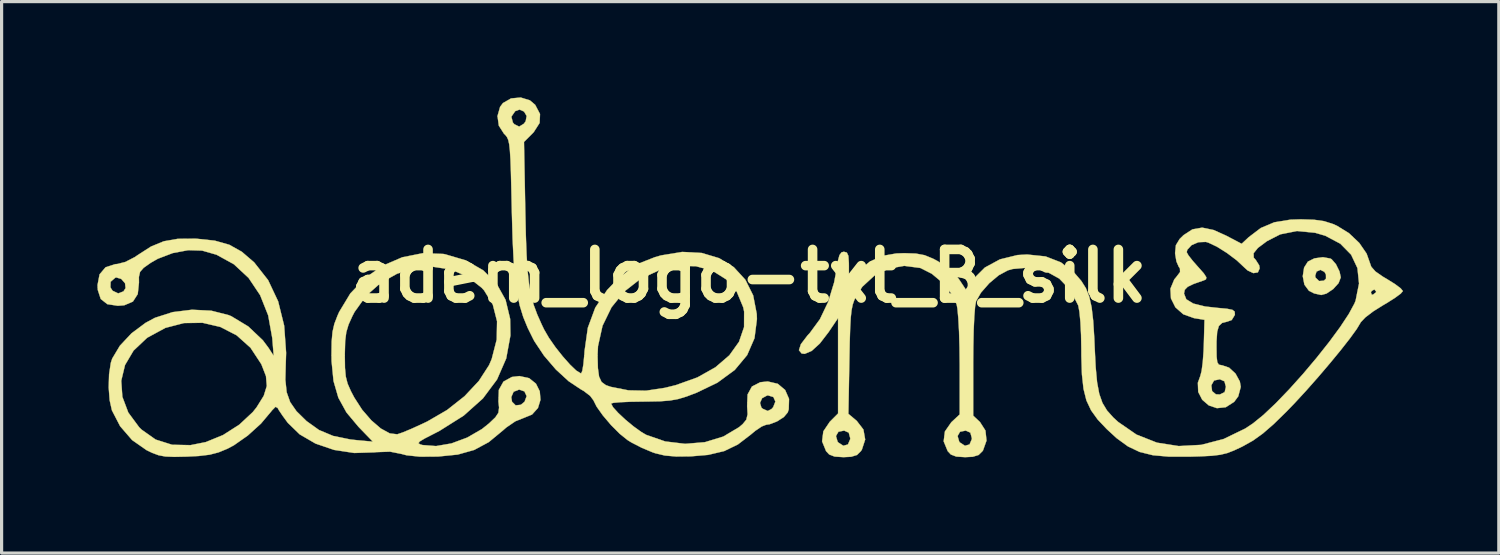
<source format=kicad_pcb>
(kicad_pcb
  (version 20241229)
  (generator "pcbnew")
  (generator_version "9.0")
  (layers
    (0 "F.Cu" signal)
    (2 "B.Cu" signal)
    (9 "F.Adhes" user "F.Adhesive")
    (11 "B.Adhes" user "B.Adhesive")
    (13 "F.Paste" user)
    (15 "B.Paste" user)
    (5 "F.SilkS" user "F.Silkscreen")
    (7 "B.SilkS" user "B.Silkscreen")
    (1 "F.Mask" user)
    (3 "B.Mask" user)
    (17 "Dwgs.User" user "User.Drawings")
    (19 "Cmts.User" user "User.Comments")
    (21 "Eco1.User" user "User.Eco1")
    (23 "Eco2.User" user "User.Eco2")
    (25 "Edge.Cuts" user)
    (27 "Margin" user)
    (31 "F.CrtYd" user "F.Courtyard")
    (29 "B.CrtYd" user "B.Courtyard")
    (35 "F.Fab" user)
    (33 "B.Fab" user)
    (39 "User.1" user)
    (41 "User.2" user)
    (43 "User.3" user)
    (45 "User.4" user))
  (footprint "adem_logo-txt_B_silk"
    (layer "F.Cu")
    (at 20.41 5.598)
    (property "Reference" "adem_logo-txt_B_silk" (at 0 0 0) (layer "F.SilkS") (effects (font (size 1.524 1.524) (thickness 0.3))))
    (attr through_hole)
    (fp_poly (pts (xy 18.215 -0.549) (xy 18.254 -0.528) (xy 18.39 -0.372) (xy 18.502 -0.144) (xy 18.542 0.041) (xy 18.473 0.221) (xy 18.303 0.408) (xy 18.093 0.549) (xy 17.93 0.593) (xy 17.708 0.544) (xy 17.545 0.461) (xy 17.403 0.27) (xy 17.351 0.004) (xy 17.353 -0.006) (xy 17.739 -0.006) (xy 17.752 0.049) (xy 17.863 0.156) (xy 18.012 0.145) (xy 18.079 0.081) (xy 18.077 -0.049) (xy 18.03 -0.132) (xy 17.9 -0.195) (xy 17.782 -0.14) (xy 17.739 -0.006) (xy 17.353 -0.006) (xy 17.393 -0.265) (xy 17.512 -0.453) (xy 17.718 -0.555) (xy 17.983 -0.591) (xy 18.215 -0.549)) (stroke (width 0.01) (type solid)) (fill yes) (layer "F.SilkS"))
    (fp_poly (pts (xy -6.861 -5.505) (xy -6.695 -5.365) (xy -6.543 -5.076) (xy -6.556 -4.796) (xy -6.737 -4.513) (xy -6.782 -4.465) (xy -7.045 -4.202) (xy -7.004 -2.038) (xy -6.987 -1.278) (xy -6.964 -0.661) (xy -6.932 -0.16) (xy -6.887 0.25) (xy -6.825 0.597) (xy -6.74 0.908) (xy -6.629 1.207) (xy -6.488 1.523) (xy -6.416 1.673) (xy -6.265 1.934) (xy -6.06 2.228) (xy -5.829 2.519) (xy -5.602 2.775) (xy -5.406 2.962) (xy -5.269 3.046) (xy -5.255 3.048) (xy -5.219 2.97) (xy -5.184 2.762) (xy -5.157 2.48) (xy -4.74 2.48) (xy -4.73 2.883) (xy -4.693 3.151) (xy -4.615 3.318) (xy -4.481 3.417) (xy -4.329 3.47) (xy -3.772 3.58) (xy -3.225 3.591) (xy -2.633 3.502) (xy -2.286 3.416) (xy -1.611 3.174) (xy -1.05 2.859) (xy -0.612 2.483) (xy -0.309 2.059) (xy -0.151 1.598) (xy -0.149 1.113) (xy -0.177 0.979) (xy -0.38 0.491) (xy -0.708 0.106) (xy -1.14 -0.165) (xy -1.657 -0.308) (xy -2.141 -0.319) (xy -2.8 -0.187) (xy -3.392 0.086) (xy -3.899 0.481) (xy -4.303 0.978) (xy -4.585 1.557) (xy -4.727 2.198) (xy -4.74 2.48) (xy -5.157 2.48) (xy -5.155 2.464) (xy -5.148 2.349) (xy -5.045 1.62) (xy -4.812 0.99) (xy -4.443 0.44) (xy -4.197 0.182) (xy -3.782 -0.172) (xy -3.386 -0.418) (xy -2.941 -0.593) (xy -2.752 -0.647) (xy -2.088 -0.756) (xy -1.475 -0.723) (xy -0.931 -0.56) (xy -0.471 -0.277) (xy -0.111 0.115) (xy 0.134 0.606) (xy 0.246 1.185) (xy 0.252 1.349) (xy 0.176 1.946) (xy -0.055 2.477) (xy -0.443 2.942) (xy -0.986 3.34) (xy -1.634 3.652) (xy -1.952 3.773) (xy -2.214 3.852) (xy -2.472 3.899) (xy -2.779 3.923) (xy -3.188 3.931) (xy -3.323 3.932) (xy -3.711 3.938) (xy -4.028 3.952) (xy -4.241 3.971) (xy -4.318 3.993) (xy -4.255 4.109) (xy -4.092 4.289) (xy -3.865 4.501) (xy -3.611 4.711) (xy -3.368 4.886) (xy -3.216 4.975) (xy -2.621 5.181) (xy -1.996 5.256) (xy -1.378 5.204) (xy -0.802 5.028) (xy -0.306 4.733) (xy -0.196 4.639) (xy -0.081 4.5) (xy -0.04 4.329) (xy -0.055 4.075) (xy -0.051 3.974) (xy 0.348 3.974) (xy 0.393 4.122) (xy 0.436 4.158) (xy 0.592 4.226) (xy 0.712 4.163) (xy 0.761 4.107) (xy 0.83 3.931) (xy 0.767 3.789) (xy 0.599 3.738) (xy 0.573 3.741) (xy 0.415 3.824) (xy 0.348 3.974) (xy -0.051 3.974) (xy -0.041 3.71) (xy 0.096 3.46) (xy 0.357 3.326) (xy 0.59 3.302) (xy 0.905 3.375) (xy 1.136 3.569) (xy 1.258 3.848) (xy 1.248 4.174) (xy 1.217 4.272) (xy 1.096 4.416) (xy 0.882 4.553) (xy 0.648 4.643) (xy 0.544 4.657) (xy 0.404 4.711) (xy 0.199 4.849) (xy 0.063 4.963) (xy -0.344 5.275) (xy -0.775 5.483) (xy -1.278 5.602) (xy -1.82 5.648) (xy -2.28 5.653) (xy -2.632 5.622) (xy -2.937 5.549) (xy -3.021 5.52) (xy -3.353 5.381) (xy -3.683 5.211) (xy -3.802 5.137) (xy -4.048 4.939) (xy -4.318 4.668) (xy -4.572 4.369) (xy -4.771 4.089) (xy -4.869 3.893) (xy -4.974 3.752) (xy -5.175 3.599) (xy -5.27 3.545) (xy -5.649 3.292) (xy -6.046 2.927) (xy -6.416 2.496) (xy -6.717 2.045) (xy -6.755 1.974) (xy -6.929 1.623) (xy -7.069 1.281) (xy -7.179 0.924) (xy -7.263 0.526) (xy -7.325 0.062) (xy -7.37 -0.492) (xy -7.402 -1.163) (xy -7.425 -1.976) (xy -7.427 -2.074) (xy -7.442 -2.741) (xy -7.455 -3.26) (xy -7.469 -3.65) (xy -7.487 -3.934) (xy -7.509 -4.132) (xy -7.539 -4.265) (xy -7.578 -4.353) (xy -7.629 -4.418) (xy -7.674 -4.462) (xy -7.834 -4.713) (xy -7.872 -4.992) (xy -7.441 -4.992) (xy -7.394 -4.811) (xy -7.348 -4.757) (xy -7.196 -4.682) (xy -7.048 -4.773) (xy -6.992 -4.851) (xy -6.962 -5.015) (xy -7.042 -5.152) (xy -7.183 -5.215) (xy -7.319 -5.168) (xy -7.441 -4.992) (xy -7.872 -4.992) (xy -7.875 -5.014) (xy -7.794 -5.3) (xy -7.705 -5.419) (xy -7.451 -5.565) (xy -7.148 -5.593) (xy -6.861 -5.505)) (stroke (width 0.01) (type solid)) (fill yes) (layer "F.SilkS"))
    (fp_poly (pts (xy -17.296 -1.169) (xy -16.731 -1.109) (xy -16.278 -0.981) (xy -15.886 -0.762) (xy -15.504 -0.434) (xy -15.493 -0.423) (xy -15.06 0.129) (xy -14.747 0.792) (xy -14.558 1.555) (xy -14.497 2.405) (xy -14.508 2.74) (xy -14.521 3.249) (xy -14.48 3.639) (xy -14.369 3.951) (xy -14.173 4.233) (xy -13.874 4.527) (xy -13.852 4.547) (xy -13.466 4.823) (xy -13.025 5.008) (xy -12.483 5.119) (xy -12.261 5.143) (xy -11.78 5.187) (xy -12.229 4.723) (xy -12.606 4.273) (xy -12.861 3.809) (xy -13.012 3.288) (xy -13.073 2.667) (xy -13.075 2.498) (xy -12.658 2.498) (xy -12.653 2.877) (xy -12.628 3.148) (xy -12.571 3.37) (xy -12.468 3.604) (xy -12.364 3.802) (xy -12.116 4.187) (xy -11.828 4.52) (xy -11.53 4.776) (xy -11.249 4.929) (xy -11.016 4.957) (xy -11.013 4.956) (xy -10.842 4.898) (xy -10.566 4.783) (xy -10.235 4.632) (xy -10.075 4.556) (xy -9.455 4.196) (xy -8.907 3.764) (xy -8.46 3.287) (xy -8.14 2.792) (xy -8.057 2.6) (xy -7.9 1.991) (xy -7.889 1.416) (xy -8.022 0.895) (xy -8.295 0.449) (xy -8.369 0.368) (xy -8.825 0.01) (xy -9.343 -0.207) (xy -9.898 -0.291) (xy -10.465 -0.244) (xy -11.019 -0.074) (xy -11.534 0.214) (xy -11.988 0.616) (xy -12.353 1.124) (xy -12.422 1.256) (xy -12.541 1.52) (xy -12.612 1.759) (xy -12.647 2.033) (xy -12.657 2.403) (xy -12.658 2.498) (xy -13.075 2.498) (xy -13.076 2.455) (xy -13.07 2.047) (xy -13.043 1.748) (xy -12.986 1.498) (xy -12.886 1.238) (xy -12.835 1.124) (xy -12.486 0.546) (xy -12.021 0.058) (xy -11.47 -0.325) (xy -10.859 -0.588) (xy -10.217 -0.716) (xy -9.572 -0.693) (xy -9.518 -0.683) (xy -8.863 -0.49) (xy -8.323 -0.18) (xy -7.907 0.235) (xy -7.622 0.746) (xy -7.479 1.342) (xy -7.47 1.861) (xy -7.602 2.581) (xy -7.889 3.239) (xy -8.333 3.835) (xy -8.934 4.372) (xy -9.693 4.85) (xy -9.863 4.938) (xy -10.154 5.087) (xy -10.311 5.181) (xy -10.352 5.237) (xy -10.296 5.273) (xy -10.222 5.294) (xy -9.8 5.326) (xy -9.317 5.243) (xy -8.822 5.059) (xy -8.361 4.792) (xy -8.141 4.616) (xy -7.943 4.427) (xy -7.847 4.283) (xy -7.826 4.121) (xy -7.846 3.927) (xy -7.841 3.793) (xy -7.444 3.793) (xy -7.42 3.937) (xy -7.307 4.05) (xy -7.145 4.033) (xy -7.028 3.938) (xy -6.962 3.761) (xy -7.031 3.613) (xy -7.197 3.556) (xy -7.371 3.624) (xy -7.444 3.793) (xy -7.841 3.793) (xy -7.833 3.566) (xy -7.689 3.307) (xy -7.424 3.161) (xy -7.188 3.133) (xy -6.884 3.199) (xy -6.67 3.371) (xy -6.551 3.61) (xy -6.529 3.877) (xy -6.608 4.133) (xy -6.793 4.338) (xy -7.067 4.45) (xy -7.317 4.55) (xy -7.599 4.743) (xy -7.704 4.835) (xy -8.149 5.202) (xy -8.605 5.447) (xy -9.121 5.592) (xy -9.737 5.654) (xy -10.307 5.658) (xy -10.724 5.614) (xy -10.88 5.573) (xy -11.24 5.501) (xy -11.678 5.516) (xy -11.722 5.522) (xy -12.364 5.542) (xy -12.994 5.446) (xy -13.575 5.248) (xy -14.072 4.959) (xy -14.445 4.597) (xy -14.608 4.374) (xy -14.728 4.195) (xy -14.762 4.132) (xy -14.829 4.096) (xy -14.941 4.21) (xy -14.958 4.233) (xy -15.285 4.622) (xy -15.698 4.996) (xy -16.133 5.301) (xy -16.332 5.407) (xy -16.613 5.523) (xy -16.894 5.596) (xy -17.235 5.637) (xy -17.611 5.656) (xy -18.002 5.664) (xy -18.279 5.653) (xy -18.493 5.613) (xy -18.698 5.536) (xy -18.87 5.453) (xy -19.321 5.138) (xy -19.697 4.703) (xy -19.954 4.207) (xy -20.025 3.889) (xy -20.055 3.489) (xy -20.049 3.278) (xy -19.662 3.278) (xy -19.627 3.782) (xy -19.441 4.276) (xy -19.1 4.737) (xy -19.026 4.81) (xy -18.584 5.122) (xy -18.069 5.285) (xy -17.493 5.297) (xy -17.012 5.201) (xy -16.472 4.98) (xy -15.962 4.654) (xy -15.541 4.261) (xy -15.422 4.112) (xy -15.198 3.752) (xy -15.102 3.444) (xy -15.128 3.134) (xy -15.27 2.769) (xy -15.277 2.755) (xy -15.613 2.245) (xy -16.048 1.856) (xy -16.557 1.594) (xy -17.115 1.464) (xy -17.697 1.472) (xy -18.279 1.623) (xy -18.834 1.924) (xy -18.861 1.943) (xy -19.277 2.336) (xy -19.544 2.788) (xy -19.662 3.278) (xy -20.049 3.278) (xy -20.043 3.076) (xy -19.989 2.721) (xy -19.945 2.585) (xy -19.704 2.182) (xy -19.34 1.794) (xy -18.899 1.465) (xy -18.605 1.307) (xy -18.053 1.13) (xy -17.446 1.055) (xy -16.843 1.085) (xy -16.302 1.222) (xy -16.214 1.258) (xy -15.682 1.579) (xy -15.225 2.012) (xy -15.052 2.244) (xy -14.886 2.498) (xy -14.931 1.942) (xy -15.059 1.231) (xy -15.311 0.598) (xy -15.673 0.058) (xy -16.132 -0.369) (xy -16.675 -0.668) (xy -17.129 -0.798) (xy -17.563 -0.811) (xy -18.049 -0.72) (xy -18.517 -0.542) (xy -18.739 -0.415) (xy -18.961 -0.258) (xy -19.073 -0.13) (xy -19.109 0.029) (xy -19.107 0.207) (xy -19.145 0.565) (xy -19.296 0.799) (xy -19.567 0.915) (xy -19.77 0.931) (xy -20.099 0.88) (xy -20.304 0.718) (xy -20.397 0.434) (xy -20.401 0.356) (xy -20.001 0.356) (xy -19.933 0.46) (xy -19.757 0.543) (xy -19.592 0.48) (xy -19.526 0.377) (xy -19.543 0.225) (xy -19.66 0.092) (xy -19.813 0.044) (xy -19.85 0.052) (xy -19.995 0.179) (xy -20.001 0.356) (xy -20.401 0.356) (xy -20.405 0.282) (xy -20.341 -0.053) (xy -20.154 -0.274) (xy -19.85 -0.373) (xy -19.79 -0.377) (xy -19.535 -0.441) (xy -19.238 -0.594) (xy -19.149 -0.655) (xy -18.729 -0.925) (xy -18.328 -1.09) (xy -17.887 -1.167) (xy -17.349 -1.171) (xy -17.296 -1.169)) (stroke (width 0.01) (type solid)) (fill yes) (layer "F.SilkS"))
    (fp_poly (pts (xy 17.706 -1.764) (xy 18.021 -1.719) (xy 18.299 -1.63) (xy 18.421 -1.576) (xy 18.798 -1.344) (xy 19.121 -1.038) (xy 19.351 -0.704) (xy 19.438 -0.459) (xy 19.497 -0.292) (xy 19.627 -0.144) (xy 19.863 0.02) (xy 19.987 0.093) (xy 20.239 0.25) (xy 20.419 0.385) (xy 20.488 0.47) (xy 20.488 0.47) (xy 20.42 0.55) (xy 20.237 0.685) (xy 19.974 0.851) (xy 19.869 0.912) (xy 19.559 1.106) (xy 19.312 1.294) (xy 19.169 1.445) (xy 19.157 1.467) (xy 19.04 1.661) (xy 18.829 1.952) (xy 18.544 2.316) (xy 18.206 2.727) (xy 17.838 3.159) (xy 17.459 3.588) (xy 17.091 3.987) (xy 16.85 4.237) (xy 16.442 4.636) (xy 16.102 4.931) (xy 15.793 5.153) (xy 15.479 5.329) (xy 15.454 5.342) (xy 15.197 5.463) (xy 14.982 5.546) (xy 14.766 5.598) (xy 14.502 5.63) (xy 14.148 5.648) (xy 13.802 5.658) (xy 13.167 5.658) (xy 12.659 5.613) (xy 12.241 5.51) (xy 11.875 5.336) (xy 11.521 5.079) (xy 11.209 4.792) (xy 10.926 4.493) (xy 10.719 4.205) (xy 10.574 3.897) (xy 10.483 3.534) (xy 10.433 3.081) (xy 10.415 2.505) (xy 10.414 2.283) (xy 10.406 1.845) (xy 10.386 1.443) (xy 10.355 1.121) (xy 10.318 0.924) (xy 10.318 0.923) (xy 10.076 0.446) (xy 9.723 0.079) (xy 9.285 -0.163) (xy 8.791 -0.268) (xy 8.266 -0.222) (xy 8.113 -0.179) (xy 7.829 -0.026) (xy 7.529 0.225) (xy 7.271 0.519) (xy 7.117 0.789) (xy 7.087 0.955) (xy 7.062 1.264) (xy 7.042 1.691) (xy 7.031 2.209) (xy 7.027 2.7) (xy 7.027 4.373) (xy 7.239 4.572) (xy 7.411 4.84) (xy 7.444 5.155) (xy 7.334 5.463) (xy 7.319 5.484) (xy 7.196 5.605) (xy 7.013 5.661) (xy 6.773 5.673) (xy 6.496 5.655) (xy 6.327 5.59) (xy 6.228 5.484) (xy 6.102 5.177) (xy 6.123 5.011) (xy 6.538 5.011) (xy 6.589 5.187) (xy 6.608 5.212) (xy 6.769 5.316) (xy 6.913 5.275) (xy 6.984 5.109) (xy 6.985 5.079) (xy 6.938 4.905) (xy 6.794 4.841) (xy 6.615 4.877) (xy 6.538 5.011) (xy 6.123 5.011) (xy 6.141 4.868) (xy 6.34 4.582) (xy 6.35 4.572) (xy 6.604 4.335) (xy 6.604 2.781) (xy 6.598 2.239) (xy 6.584 1.743) (xy 6.561 1.326) (xy 6.533 1.022) (xy 6.509 0.889) (xy 6.345 0.548) (xy 6.069 0.21) (xy 5.73 -0.072) (xy 5.379 -0.25) (xy 5.363 -0.255) (xy 4.868 -0.32) (xy 4.379 -0.233) (xy 3.929 -0.011) (xy 3.555 0.333) (xy 3.369 0.613) (xy 3.303 0.749) (xy 3.253 0.892) (xy 3.217 1.068) (xy 3.191 1.304) (xy 3.173 1.629) (xy 3.159 2.068) (xy 3.148 2.645) (xy 3.117 4.316) (xy 3.379 4.536) (xy 3.588 4.808) (xy 3.643 5.121) (xy 3.54 5.437) (xy 3.509 5.484) (xy 3.386 5.605) (xy 3.203 5.661) (xy 2.963 5.673) (xy 2.686 5.655) (xy 2.517 5.59) (xy 2.418 5.484) (xy 2.293 5.178) (xy 2.314 5.011) (xy 2.728 5.011) (xy 2.779 5.187) (xy 2.798 5.212) (xy 2.959 5.316) (xy 3.103 5.275) (xy 3.174 5.109) (xy 3.175 5.079) (xy 3.128 4.905) (xy 2.984 4.841) (xy 2.805 4.877) (xy 2.728 5.011) (xy 2.314 5.011) (xy 2.333 4.864) (xy 2.534 4.565) (xy 2.54 4.559) (xy 2.794 4.305) (xy 2.794 1.315) (xy 2.496 1.757) (xy 2.221 2.114) (xy 1.967 2.345) (xy 1.749 2.437) (xy 1.653 2.426) (xy 1.568 2.322) (xy 1.629 2.134) (xy 1.835 1.863) (xy 1.913 1.778) (xy 2.225 1.352) (xy 2.485 0.808) (xy 2.671 0.198) (xy 2.732 -0.134) (xy 2.785 -0.462) (xy 2.837 -0.655) (xy 2.902 -0.743) (xy 2.976 -0.762) (xy 3.069 -0.736) (xy 3.117 -0.632) (xy 3.132 -0.411) (xy 3.133 -0.322) (xy 3.133 0.118) (xy 3.408 -0.143) (xy 3.787 -0.45) (xy 4.169 -0.63) (xy 4.617 -0.708) (xy 4.868 -0.717) (xy 5.23 -0.705) (xy 5.504 -0.654) (xy 5.771 -0.544) (xy 5.918 -0.466) (xy 6.232 -0.254) (xy 6.496 -0.009) (xy 6.584 0.103) (xy 6.794 0.42) (xy 7.03 0.095) (xy 7.393 -0.267) (xy 7.865 -0.523) (xy 8.415 -0.658) (xy 8.716 -0.675) (xy 9.294 -0.615) (xy 9.775 -0.429) (xy 10.188 -0.106) (xy 10.219 -0.074) (xy 10.412 0.15) (xy 10.557 0.379) (xy 10.662 0.643) (xy 10.736 0.974) (xy 10.786 1.4) (xy 10.821 1.952) (xy 10.833 2.244) (xy 10.864 2.855) (xy 10.908 3.327) (xy 10.976 3.69) (xy 11.076 3.974) (xy 11.219 4.211) (xy 11.414 4.429) (xy 11.569 4.571) (xy 12.143 4.967) (xy 12.783 5.219) (xy 13.466 5.326) (xy 14.17 5.288) (xy 14.872 5.105) (xy 15.549 4.777) (xy 15.79 4.617) (xy 16.12 4.349) (xy 16.506 3.984) (xy 16.926 3.548) (xy 17.359 3.066) (xy 17.783 2.563) (xy 18.178 2.065) (xy 18.522 1.598) (xy 18.793 1.188) (xy 18.971 0.859) (xy 19.007 0.769) (xy 19.058 0.512) (xy 19.486 0.512) (xy 19.513 0.584) (xy 19.554 0.58) (xy 19.645 0.509) (xy 19.649 0.485) (xy 19.594 0.419) (xy 19.509 0.467) (xy 19.486 0.512) (xy 19.058 0.512) (xy 19.114 0.235) (xy 19.064 -0.25) (xy 18.866 -0.67) (xy 18.529 -1.013) (xy 18.06 -1.262) (xy 17.738 -1.356) (xy 17.168 -1.411) (xy 16.646 -1.307) (xy 16.23 -1.094) (xy 15.946 -0.882) (xy 15.811 -0.715) (xy 15.815 -0.577) (xy 15.88 -0.504) (xy 15.986 -0.336) (xy 16.002 -0.244) (xy 15.945 -0.115) (xy 15.803 -0.092) (xy 15.625 -0.175) (xy 15.53 -0.261) (xy 15.284 -0.492) (xy 14.977 -0.723) (xy 14.663 -0.92) (xy 14.394 -1.047) (xy 14.316 -1.07) (xy 14.082 -1.061) (xy 13.868 -0.969) (xy 13.734 -0.824) (xy 13.716 -0.747) (xy 13.769 -0.65) (xy 13.908 -0.473) (xy 14.064 -0.296) (xy 14.251 -0.085) (xy 14.331 0.038) (xy 14.319 0.103) (xy 14.255 0.134) (xy 13.934 0.246) (xy 13.745 0.337) (xy 13.655 0.43) (xy 13.631 0.545) (xy 13.631 0.547) (xy 13.702 0.727) (xy 13.92 0.861) (xy 14.291 0.953) (xy 14.673 0.996) (xy 14.977 1.024) (xy 15.147 1.058) (xy 15.218 1.113) (xy 15.225 1.204) (xy 15.223 1.218) (xy 15.125 1.378) (xy 14.986 1.427) (xy 14.823 1.469) (xy 14.723 1.564) (xy 14.67 1.744) (xy 14.65 2.045) (xy 14.649 2.223) (xy 14.653 2.527) (xy 14.674 2.699) (xy 14.723 2.776) (xy 14.812 2.794) (xy 14.821 2.794) (xy 15.043 2.869) (xy 15.245 3.056) (xy 15.38 3.303) (xy 15.409 3.471) (xy 15.33 3.768) (xy 15.202 3.941) (xy 14.939 4.109) (xy 14.663 4.138) (xy 14.407 4.052) (xy 14.201 3.874) (xy 14.076 3.63) (xy 14.068 3.422) (xy 14.487 3.422) (xy 14.511 3.604) (xy 14.63 3.704) (xy 14.753 3.71) (xy 14.904 3.637) (xy 14.944 3.471) (xy 14.897 3.297) (xy 14.753 3.233) (xy 14.572 3.272) (xy 14.487 3.422) (xy 14.068 3.422) (xy 14.065 3.342) (xy 14.142 3.128) (xy 14.182 2.974) (xy 14.218 2.699) (xy 14.244 2.35) (xy 14.251 2.168) (xy 14.273 1.371) (xy 13.946 1.318) (xy 13.608 1.197) (xy 13.361 0.979) (xy 13.222 0.7) (xy 13.205 0.397) (xy 13.326 0.106) (xy 13.39 0.029) (xy 13.507 -0.125) (xy 13.503 -0.239) (xy 13.466 -0.291) (xy 13.393 -0.459) (xy 13.353 -0.699) (xy 13.352 -0.728) (xy 13.377 -0.968) (xy 13.495 -1.162) (xy 13.616 -1.281) (xy 13.895 -1.463) (xy 14.2 -1.517) (xy 14.561 -1.442) (xy 14.949 -1.267) (xy 15.437 -1.011) (xy 15.656 -1.216) (xy 16.036 -1.505) (xy 16.459 -1.684) (xy 16.968 -1.767) (xy 17.29 -1.777) (xy 17.706 -1.764)) (stroke (width 0.01) (type solid)) (fill yes) (layer "F.SilkS")))
  (gr_rect
    (start -3 -3)
    (end 43.903 14.275)
    (stroke (width 0.1) (type default))
    (fill no)
    (layer "Edge.Cuts")))
</source>
